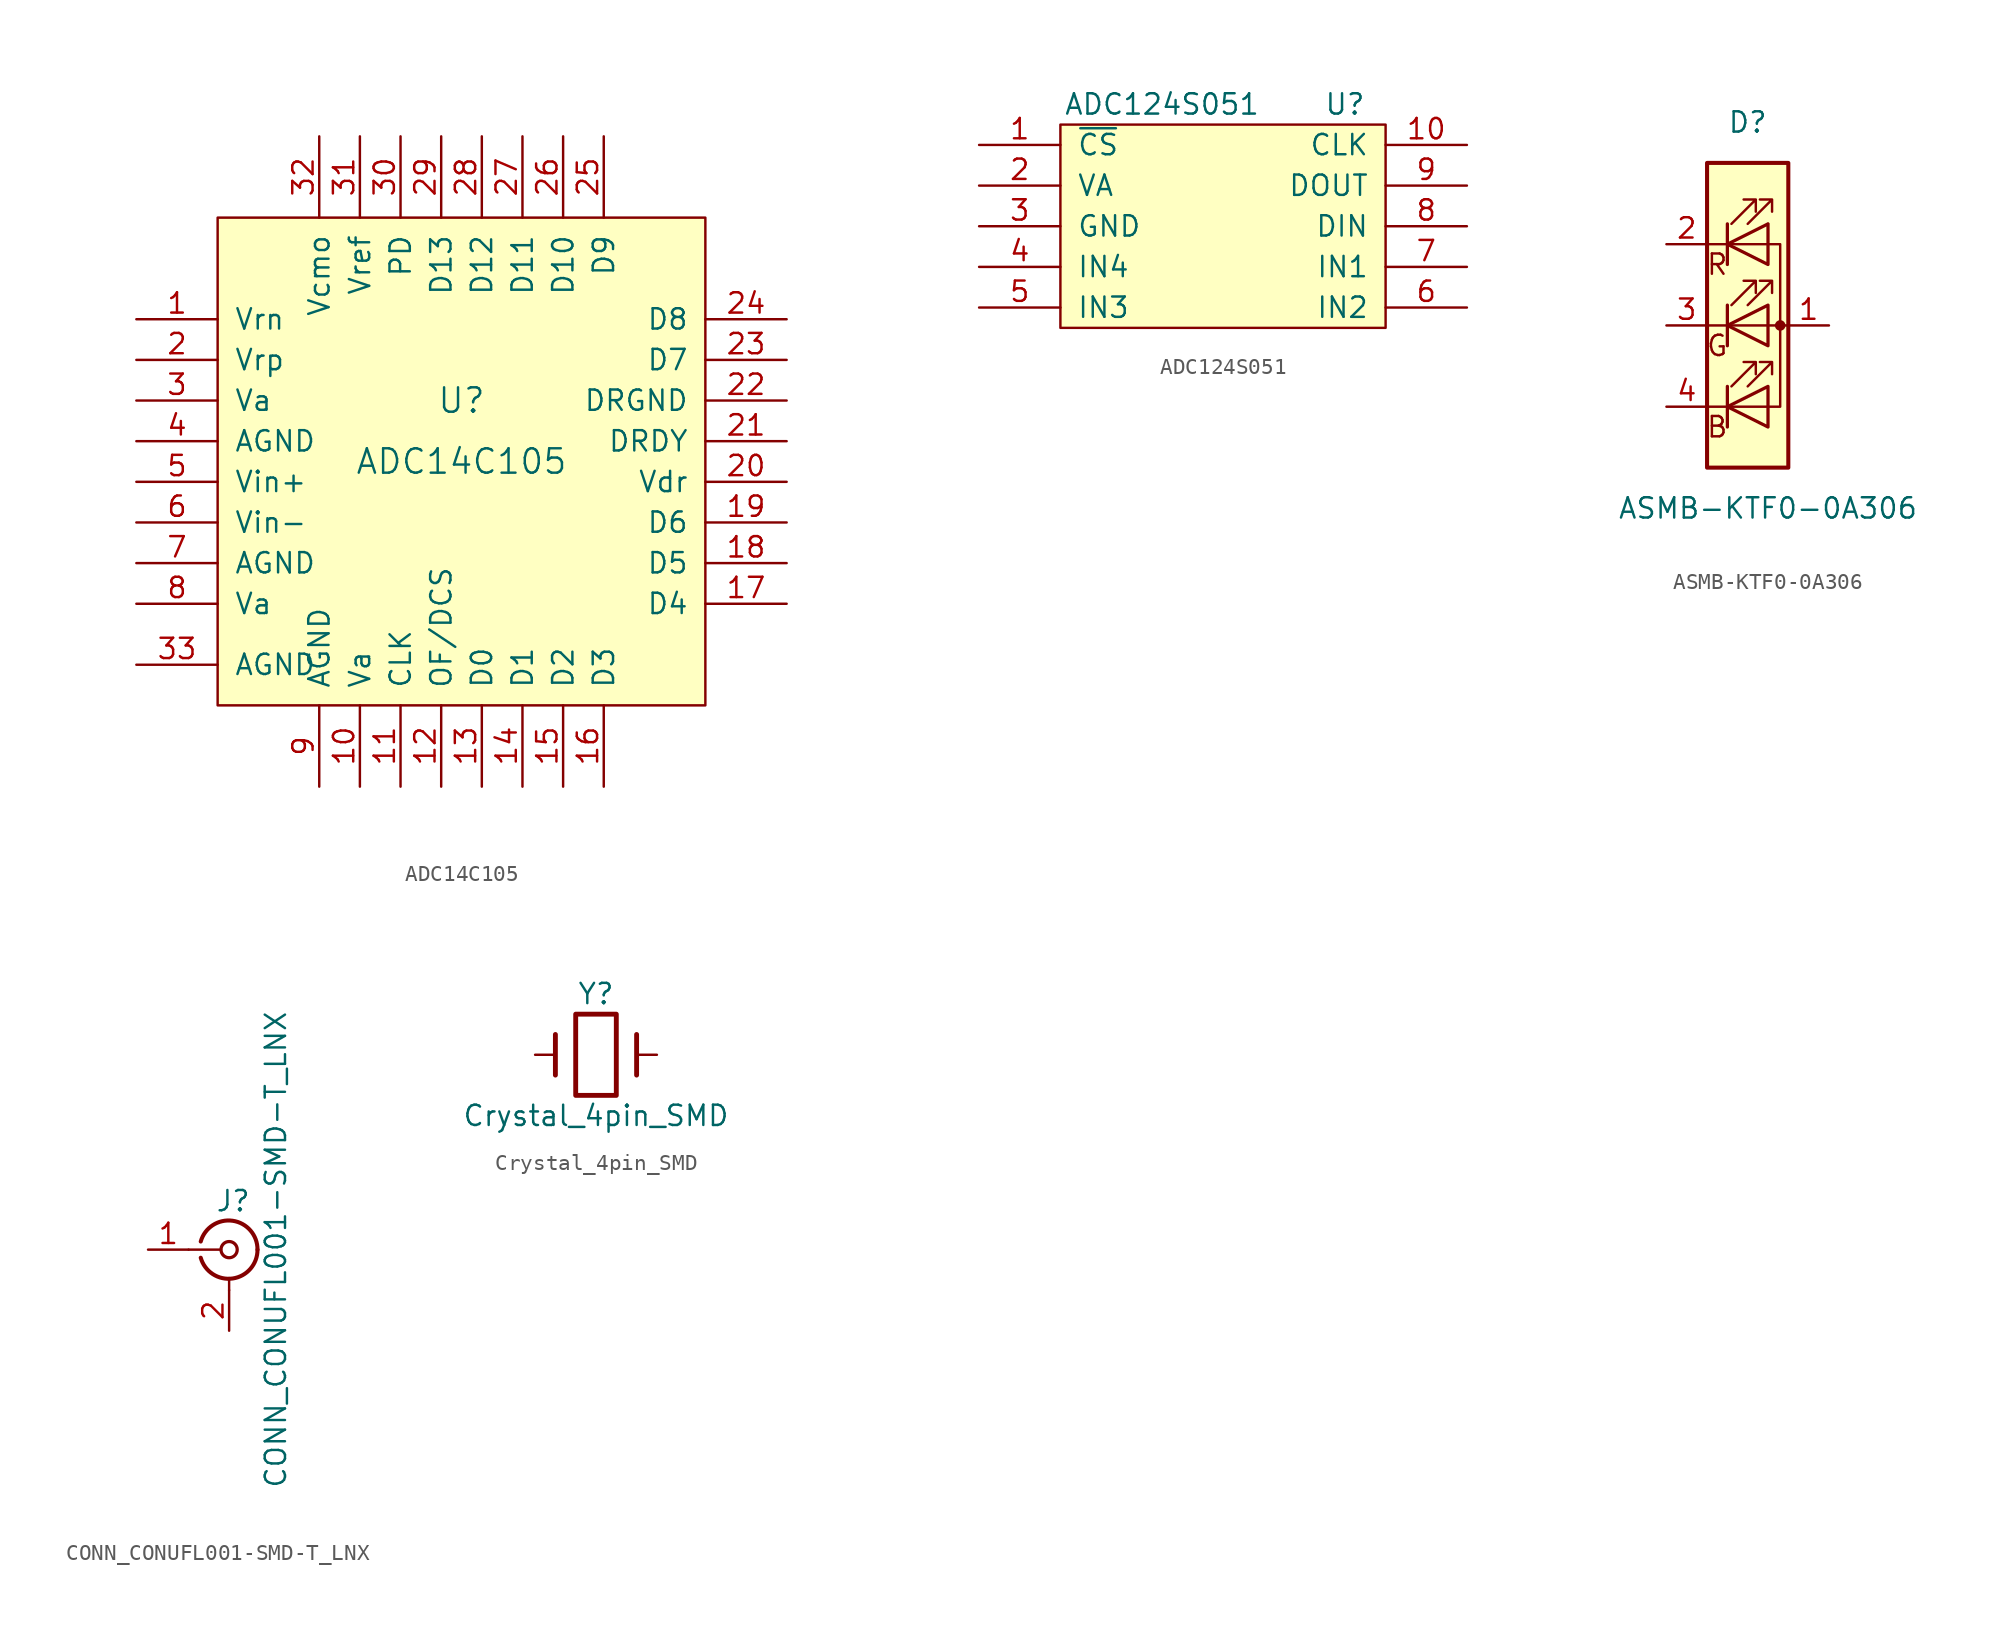
<source format=kicad_sym>
(kicad_symbol_lib
  (version 20211014)
  (generator kicad_symbol_editor)
  (symbol "ADC14C105"
    (pin_names
      (offset 1.016))
    (property "Reference" "U"
      (at 0 3.81 0)
      (effects (font (size 1.524 1.524))))
    (property "Value" "ADC14C105"
      (at 0 0 0)
      (effects (font (size 1.524 1.524))))
    (property "Footprint" ""
      (at 0 0 0)
      (effects (font (size 1.524 1.524))))
    (property "Datasheet" ""
      (at 0 0 0)
      (effects (font (size 1.524 1.524))))
    (symbol "ADC14C105_0_1"
      (rectangle (start -15.24 15.24) (end 15.24 -15.24) (stroke (width 0) (type default) (color 0 0 0 0)) (fill (type background))))
    (symbol "ADC14C105_1_1"
      (pin output line (at -20.32 8.89 0) (length 5.08) (name "Vrn" (effects (font (size 1.27 1.27)))) (number "1" (effects (font (size 1.27 1.27)))))
      (pin power_in line (at -6.35 -20.32 90) (length 5.08) (name "Va" (effects (font (size 1.27 1.27)))) (number "10" (effects (font (size 1.27 1.27)))))
      (pin input line (at -3.81 -20.32 90) (length 5.08) (name "CLK" (effects (font (size 1.27 1.27)))) (number "11" (effects (font (size 1.27 1.27)))))
      (pin input line (at -1.27 -20.32 90) (length 5.08) (name "OF/DCS" (effects (font (size 1.27 1.27)))) (number "12" (effects (font (size 1.27 1.27)))))
      (pin output line (at 1.27 -20.32 90) (length 5.08) (name "D0" (effects (font (size 1.27 1.27)))) (number "13" (effects (font (size 1.27 1.27)))))
      (pin output line (at 3.81 -20.32 90) (length 5.08) (name "D1" (effects (font (size 1.27 1.27)))) (number "14" (effects (font (size 1.27 1.27)))))
      (pin output line (at 6.35 -20.32 90) (length 5.08) (name "D2" (effects (font (size 1.27 1.27)))) (number "15" (effects (font (size 1.27 1.27)))))
      (pin output line (at 8.89 -20.32 90) (length 5.08) (name "D3" (effects (font (size 1.27 1.27)))) (number "16" (effects (font (size 1.27 1.27)))))
      (pin output line (at 20.32 -8.89 180) (length 5.08) (name "D4" (effects (font (size 1.27 1.27)))) (number "17" (effects (font (size 1.27 1.27)))))
      (pin output line (at 20.32 -6.35 180) (length 5.08) (name "D5" (effects (font (size 1.27 1.27)))) (number "18" (effects (font (size 1.27 1.27)))))
      (pin output line (at 20.32 -3.81 180) (length 5.08) (name "D6" (effects (font (size 1.27 1.27)))) (number "19" (effects (font (size 1.27 1.27)))))
      (pin output line (at -20.32 6.35 0) (length 5.08) (name "Vrp" (effects (font (size 1.27 1.27)))) (number "2" (effects (font (size 1.27 1.27)))))
      (pin power_in line (at 20.32 -1.27 180) (length 5.08) (name "Vdr" (effects (font (size 1.27 1.27)))) (number "20" (effects (font (size 1.27 1.27)))))
      (pin output line (at 20.32 1.27 180) (length 5.08) (name "DRDY" (effects (font (size 1.27 1.27)))) (number "21" (effects (font (size 1.27 1.27)))))
      (pin power_in line (at 20.32 3.81 180) (length 5.08) (name "DRGND" (effects (font (size 1.27 1.27)))) (number "22" (effects (font (size 1.27 1.27)))))
      (pin output line (at 20.32 6.35 180) (length 5.08) (name "D7" (effects (font (size 1.27 1.27)))) (number "23" (effects (font (size 1.27 1.27)))))
      (pin output line (at 20.32 8.89 180) (length 5.08) (name "D8" (effects (font (size 1.27 1.27)))) (number "24" (effects (font (size 1.27 1.27)))))
      (pin output line (at 8.89 20.32 270) (length 5.08) (name "D9" (effects (font (size 1.27 1.27)))) (number "25" (effects (font (size 1.27 1.27)))))
      (pin output line (at 6.35 20.32 270) (length 5.08) (name "D10" (effects (font (size 1.27 1.27)))) (number "26" (effects (font (size 1.27 1.27)))))
      (pin output line (at 3.81 20.32 270) (length 5.08) (name "D11" (effects (font (size 1.27 1.27)))) (number "27" (effects (font (size 1.27 1.27)))))
      (pin output line (at 1.27 20.32 270) (length 5.08) (name "D12" (effects (font (size 1.27 1.27)))) (number "28" (effects (font (size 1.27 1.27)))))
      (pin output line (at -1.27 20.32 270) (length 5.08) (name "D13" (effects (font (size 1.27 1.27)))) (number "29" (effects (font (size 1.27 1.27)))))
      (pin power_in line (at -20.32 3.81 0) (length 5.08) (name "Va" (effects (font (size 1.27 1.27)))) (number "3" (effects (font (size 1.27 1.27)))))
      (pin input line (at -3.81 20.32 270) (length 5.08) (name "PD" (effects (font (size 1.27 1.27)))) (number "30" (effects (font (size 1.27 1.27)))))
      (pin input line (at -6.35 20.32 270) (length 5.08) (name "Vref" (effects (font (size 1.27 1.27)))) (number "31" (effects (font (size 1.27 1.27)))))
      (pin output line (at -8.89 20.32 270) (length 5.08) (name "Vcmo" (effects (font (size 1.27 1.27)))) (number "32" (effects (font (size 1.27 1.27)))))
      (pin power_in line (at -20.32 -12.7 0) (length 5.08) (name "AGND" (effects (font (size 1.27 1.27)))) (number "33" (effects (font (size 1.27 1.27)))))
      (pin power_in line (at -20.32 1.27 0) (length 5.08) (name "AGND" (effects (font (size 1.27 1.27)))) (number "4" (effects (font (size 1.27 1.27)))))
      (pin input line (at -20.32 -1.27 0) (length 5.08) (name "Vin+" (effects (font (size 1.27 1.27)))) (number "5" (effects (font (size 1.27 1.27)))))
      (pin input line (at -20.32 -3.81 0) (length 5.08) (name "Vin-" (effects (font (size 1.27 1.27)))) (number "6" (effects (font (size 1.27 1.27)))))
      (pin power_in line (at -20.32 -6.35 0) (length 5.08) (name "AGND" (effects (font (size 1.27 1.27)))) (number "7" (effects (font (size 1.27 1.27)))))
      (pin power_in line (at -20.32 -8.89 0) (length 5.08) (name "Va" (effects (font (size 1.27 1.27)))) (number "8" (effects (font (size 1.27 1.27)))))
      (pin power_in line (at -8.89 -20.32 90) (length 5.08) (name "AGND" (effects (font (size 1.27 1.27)))) (number "9" (effects (font (size 1.27 1.27)))))))
  (symbol "ADC124S051"
    (pin_names
      (offset 1.016))
    (property "Reference" "U"
      (at 7.62 7.62 0)
      (effects (font (size 1.27 1.27))))
    (property "Value" "ADC124S051"
      (at -3.81 7.62 0)
      (effects (font (size 1.27 1.27))))
    (symbol "ADC124S051_0_1"
      (rectangle (start -10.16 6.35) (end 10.16 -6.35) (stroke (width 0) (type default) (color 0 0 0 0)) (fill (type background))))
    (symbol "ADC124S051_1_1"
      (pin input line (at -15.24 5.08 0) (length 5.08) (name "~{CS}" (effects (font (size 1.27 1.27)))) (number "1" (effects (font (size 1.27 1.27)))))
      (pin input line (at 15.24 5.08 180) (length 5.08) (name "CLK" (effects (font (size 1.27 1.27)))) (number "10" (effects (font (size 1.27 1.27)))))
      (pin power_in line (at -15.24 2.54 0) (length 5.08) (name "VA" (effects (font (size 1.27 1.27)))) (number "2" (effects (font (size 1.27 1.27)))))
      (pin power_in line (at -15.24 0 0) (length 5.08) (name "GND" (effects (font (size 1.27 1.27)))) (number "3" (effects (font (size 1.27 1.27)))))
      (pin input line (at -15.24 -2.54 0) (length 5.08) (name "IN4" (effects (font (size 1.27 1.27)))) (number "4" (effects (font (size 1.27 1.27)))))
      (pin input line (at -15.24 -5.08 0) (length 5.08) (name "IN3" (effects (font (size 1.27 1.27)))) (number "5" (effects (font (size 1.27 1.27)))))
      (pin input line (at 15.24 -5.08 180) (length 5.08) (name "IN2" (effects (font (size 1.27 1.27)))) (number "6" (effects (font (size 1.27 1.27)))))
      (pin input line (at 15.24 -2.54 180) (length 5.08) (name "IN1" (effects (font (size 1.27 1.27)))) (number "7" (effects (font (size 1.27 1.27)))))
      (pin input line (at 15.24 0 180) (length 5.08) (name "DIN" (effects (font (size 1.27 1.27)))) (number "8" (effects (font (size 1.27 1.27)))))
      (pin output line (at 15.24 2.54 180) (length 5.08) (name "DOUT" (effects (font (size 1.27 1.27)))) (number "9" (effects (font (size 1.27 1.27)))))))
  (symbol "ASMB-KTF0-0A306"
    (pin_names
      (offset 0) hide)
    (property "Reference" "D"
      (at 0 12.7 0)
      (effects (font (size 1.27 1.27))))
    (property "Value" "ASMB-KTF0-0A306"
      (at 1.27 -11.43 0)
      (effects (font (size 1.27 1.27))))
    (symbol "ASMB-KTF0-0A306_0_0"
      (text "B" (at -1.905 -6.35 0) (effects (font (size 1.27 1.27))))
      (text "G" (at -1.905 -1.27 0) (effects (font (size 1.27 1.27))))
      (text "R" (at -1.905 3.81 0) (effects (font (size 1.27 1.27)))))
    (symbol "ASMB-KTF0-0A306_0_1"
      (polyline (pts (xy -2.54 -5.08) (xy 1.27 -5.08)) (stroke (width 0) (type default) (color 0 0 0 0)) (fill (type none)))
      (polyline (pts (xy -1.27 -3.81) (xy -1.27 -6.35)) (stroke (width 0.203) (type default) (color 0 0 0 0)) (fill (type none)))
      (polyline (pts (xy -1.27 1.27) (xy -1.27 -1.27)) (stroke (width 0.203) (type default) (color 0 0 0 0)) (fill (type none)))
      (polyline (pts (xy -1.27 6.35) (xy -1.27 3.81)) (stroke (width 0.203) (type default) (color 0 0 0 0)) (fill (type none)))
      (polyline (pts (xy 1.27 5.08) (xy -2.54 5.08)) (stroke (width 0) (type default) (color 0 0 0 0)) (fill (type none)))
      (polyline (pts (xy 2.54 0) (xy -2.54 0)) (stroke (width 0) (type default) (color 0 0 0 0)) (fill (type none)))
      (polyline (pts (xy 1.27 -5.08) (xy 2.032 -5.08) (xy 2.032 5.08) (xy 1.27 5.08)) (stroke (width 0) (type default) (color 0 0 0 0)) (fill (type none)))
      (polyline (pts (xy 1.27 -3.81) (xy 1.27 -6.35) (xy -1.27 -5.08) (xy 1.27 -3.81)) (stroke (width 0.203) (type default) (color 0 0 0 0)) (fill (type none)))
      (polyline (pts (xy 1.27 1.27) (xy 1.27 -1.27) (xy -1.27 0) (xy 1.27 1.27)) (stroke (width 0.203) (type default) (color 0 0 0 0)) (fill (type none)))
      (polyline (pts (xy 1.27 6.35) (xy 1.27 3.81) (xy -1.27 5.08) (xy 1.27 6.35)) (stroke (width 0.203) (type default) (color 0 0 0 0)) (fill (type none)))
      (polyline (pts (xy -1.016 -3.81) (xy 0.508 -2.286) (xy -0.254 -2.286) (xy 0.508 -2.286) (xy 0.508 -3.048)) (stroke (width 0) (type default) (color 0 0 0 0)) (fill (type none)))
      (polyline (pts (xy -1.016 1.27) (xy 0.508 2.794) (xy -0.254 2.794) (xy 0.508 2.794) (xy 0.508 2.032)) (stroke (width 0) (type default) (color 0 0 0 0)) (fill (type none)))
      (polyline (pts (xy -1.016 6.35) (xy 0.508 7.874) (xy -0.254 7.874) (xy 0.508 7.874) (xy 0.508 7.112)) (stroke (width 0) (type default) (color 0 0 0 0)) (fill (type none)))
      (polyline (pts (xy 0 -3.81) (xy 1.524 -2.286) (xy 0.762 -2.286) (xy 1.524 -2.286) (xy 1.524 -3.048)) (stroke (width 0) (type default) (color 0 0 0 0)) (fill (type none)))
      (polyline (pts (xy 0 1.27) (xy 1.524 2.794) (xy 0.762 2.794) (xy 1.524 2.794) (xy 1.524 2.032)) (stroke (width 0) (type default) (color 0 0 0 0)) (fill (type none)))
      (polyline (pts (xy 0 6.35) (xy 1.524 7.874) (xy 0.762 7.874) (xy 1.524 7.874) (xy 1.524 7.112)) (stroke (width 0) (type default) (color 0 0 0 0)) (fill (type none)))
      (rectangle (start 1.27 6.35) (end 1.27 6.35) (stroke (width 0) (type default) (color 0 0 0 0)) (fill (type none)))
      (circle (center 2.032 0) (radius 0.254) (stroke (width 0) (type default) (color 0 0 0 0)) (fill (type outline)))
      (rectangle (start 2.54 -8.89) (end -2.54 10.16) (stroke (width 0.254) (type default) (color 0 0 0 0)) (fill (type background))))
    (symbol "ASMB-KTF0-0A306_1_1"
      (pin passive line (at 5.08 0 180) (length 2.54) (name "A" (effects (font (size 1.27 1.27)))) (number "1" (effects (font (size 1.27 1.27)))))
      (pin passive line (at -5.08 5.08 0) (length 2.54) (name "RK" (effects (font (size 1.27 1.27)))) (number "2" (effects (font (size 1.27 1.27)))))
      (pin passive line (at -5.08 0 0) (length 2.54) (name "GK" (effects (font (size 1.27 1.27)))) (number "3" (effects (font (size 1.27 1.27)))))
      (pin passive line (at -5.08 -5.08 0) (length 2.54) (name "BK" (effects (font (size 1.27 1.27)))) (number "4" (effects (font (size 1.27 1.27)))))))
  (symbol "CONN_CONUFL001-SMD-T_LNX"
    (pin_names
      (offset 1.016) hide)
    (property "Reference" "J"
      (at 0.254 3.048 0)
      (effects (font (size 1.27 1.27))))
    (property "Value" "CONN_CONUFL001-SMD-T_LNX"
      (at 2.921 0 90)
      (effects (font (size 1.27 1.27))))
    (symbol "CONN_CONUFL001-SMD-T_LNX_0_1"
      (arc (start -1.778 -0.508) (mid 0.2311 -1.8066) (end 1.778 0) (stroke (width 0.254) (type default) (color 0 0 0 0)) (fill (type none)))
      (polyline (pts (xy -2.54 0) (xy -0.508 0)) (stroke (width 0) (type default) (color 0 0 0 0)) (fill (type none)))
      (polyline (pts (xy 0 -2.54) (xy 0 -1.778)) (stroke (width 0) (type default) (color 0 0 0 0)) (fill (type none)))
      (circle (center 0 0) (radius 0.508) (stroke (width 0.203) (type default) (color 0 0 0 0)) (fill (type none)))
      (arc (start 1.778 0) (mid 0.2099 1.8101) (end -1.778 0.508) (stroke (width 0.254) (type default) (color 0 0 0 0)) (fill (type none))))
    (symbol "CONN_CONUFL001-SMD-T_LNX_1_1"
      (pin passive line (at -5.08 0 0) (length 2.54) (name "SIG" (effects (font (size 1.27 1.27)))) (number "1" (effects (font (size 1.27 1.27)))))
      (pin passive line (at 0 -5.08 90) (length 2.54) (name "GND" (effects (font (size 1.27 1.27)))) (number "2" (effects (font (size 1.27 1.27)))))))
  (symbol "Crystal_4pin_SMD"
    (pin_numbers hide)
    (pin_names
      (offset 1.016) hide)
    (property "Reference" "Y"
      (at 0 3.81 0)
      (effects (font (size 1.27 1.27))))
    (property "Value" "Crystal_4pin_SMD"
      (at 0 -3.81 0)
      (effects (font (size 1.27 1.27))))
    (property "Footprint" ""
      (at 0 0 0)
      (effects (font (size 1.27 1.27))))
    (property "Datasheet" ""
      (at 0 0 0)
      (effects (font (size 1.27 1.27))))
    (symbol "Crystal_4pin_SMD_0_1"
      (rectangle (start -1.27 2.54) (end 1.27 -2.54) (stroke (width 0.305) (type default) (color 0 0 0 0)) (fill (type none)))
      (polyline (pts (xy -2.54 -1.27) (xy -2.54 1.27)) (stroke (width 0.305) (type default) (color 0 0 0 0)) (fill (type none)))
      (polyline (pts (xy 2.54 -1.27) (xy 2.54 1.27)) (stroke (width 0.305) (type default) (color 0 0 0 0)) (fill (type none))))
    (symbol "Crystal_4pin_SMD_1_1"
      (pin passive line (at -3.81 0 0) (length 1.27) (name "1" (effects (font (size 1.016 1.016)))) (number "1" (effects (font (size 1.016 1.016)))))
      (pin passive line (at 3.81 0 180) (length 1.27) (name "3" (effects (font (size 1.016 1.016)))) (number "3" (effects (font (size 1.016 1.016))))))))
</source>
